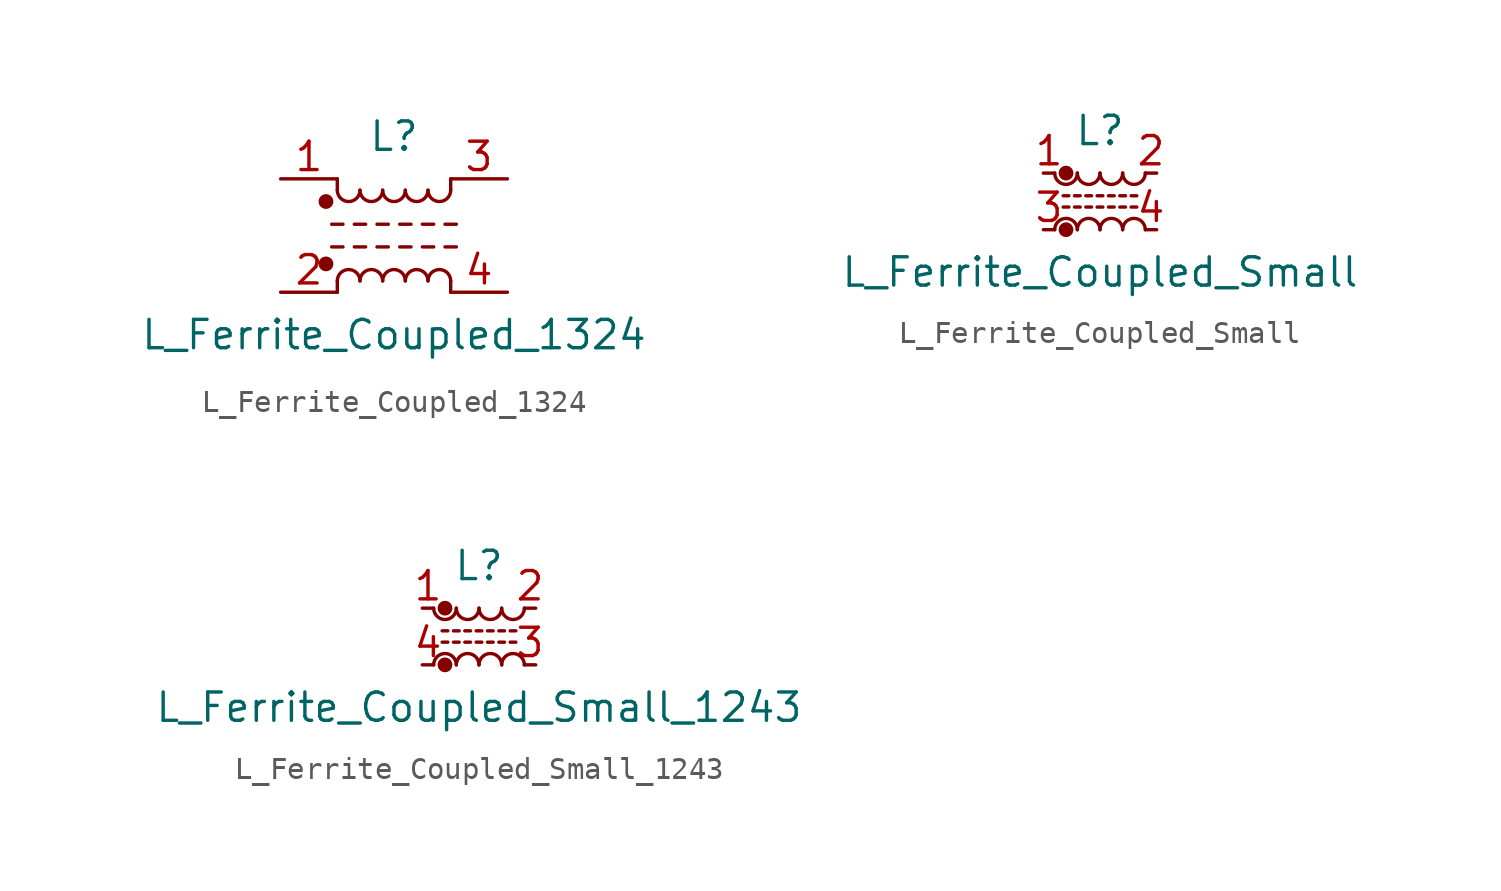
<source format=kicad_sym>
(kicad_symbol_lib
  (version 20211014)
  (generator kicad_symbol_editor)
  (symbol "L_Ferrite_Coupled_1324"
    (pin_names
      (offset 0.254) hide)
    (property "Reference" "L"
      (at 0 4.445 0)
      (effects (font (size 1.27 1.27))))
    (property "Value" "L_Ferrite_Coupled_1324"
      (at 0 -4.445 0)
      (effects (font (size 1.27 1.27))))
    (symbol "L_Ferrite_Coupled_1324_0_1"
      (circle (center -3.048 -1.27) (radius 0.254) (stroke (width 0) (type default) (color 0 0 0 0)) (fill (type outline)))
      (circle (center -3.048 1.524) (radius 0.254) (stroke (width 0) (type default) (color 0 0 0 0)) (fill (type outline)))
      (arc (start -2.54 2.032) (mid -2.032 1.524) (end -1.524 2.032) (stroke (width 0) (type default) (color 0 0 0 0)) (fill (type none)))
      (arc (start -1.524 -2.032) (mid -2.032 -1.524) (end -2.54 -2.032) (stroke (width 0) (type default) (color 0 0 0 0)) (fill (type none)))
      (arc (start -1.524 2.032) (mid -1.016 1.524) (end -0.508 2.032) (stroke (width 0) (type default) (color 0 0 0 0)) (fill (type none)))
      (arc (start -0.508 -2.032) (mid -1.016 -1.524) (end -1.524 -2.032) (stroke (width 0) (type default) (color 0 0 0 0)) (fill (type none)))
      (arc (start -0.508 2.032) (mid 0 1.524) (end 0.508 2.032) (stroke (width 0) (type default) (color 0 0 0 0)) (fill (type none)))
      (polyline (pts (xy -2.794 -0.508) (xy -2.286 -0.508)) (stroke (width 0) (type default) (color 0 0 0 0)) (fill (type none)))
      (polyline (pts (xy -2.794 0.508) (xy -2.286 0.508)) (stroke (width 0) (type default) (color 0 0 0 0)) (fill (type none)))
      (polyline (pts (xy -2.54 -2.032) (xy -2.54 -2.54)) (stroke (width 0) (type default) (color 0 0 0 0)) (fill (type none)))
      (polyline (pts (xy -2.54 2.032) (xy -2.54 2.54)) (stroke (width 0) (type default) (color 0 0 0 0)) (fill (type none)))
      (polyline (pts (xy -1.778 -0.508) (xy -1.27 -0.508)) (stroke (width 0) (type default) (color 0 0 0 0)) (fill (type none)))
      (polyline (pts (xy -1.778 0.508) (xy -1.27 0.508)) (stroke (width 0) (type default) (color 0 0 0 0)) (fill (type none)))
      (polyline (pts (xy -0.762 -0.508) (xy -0.254 -0.508)) (stroke (width 0) (type default) (color 0 0 0 0)) (fill (type none)))
      (polyline (pts (xy -0.762 0.508) (xy -0.254 0.508)) (stroke (width 0) (type default) (color 0 0 0 0)) (fill (type none)))
      (polyline (pts (xy 0.254 -0.508) (xy 0.762 -0.508)) (stroke (width 0) (type default) (color 0 0 0 0)) (fill (type none)))
      (polyline (pts (xy 0.254 0.508) (xy 0.762 0.508)) (stroke (width 0) (type default) (color 0 0 0 0)) (fill (type none)))
      (polyline (pts (xy 1.27 -0.508) (xy 1.778 -0.508)) (stroke (width 0) (type default) (color 0 0 0 0)) (fill (type none)))
      (polyline (pts (xy 1.27 0.508) (xy 1.778 0.508)) (stroke (width 0) (type default) (color 0 0 0 0)) (fill (type none)))
      (polyline (pts (xy 2.286 -0.508) (xy 2.794 -0.508)) (stroke (width 0) (type default) (color 0 0 0 0)) (fill (type none)))
      (polyline (pts (xy 2.286 0.508) (xy 2.794 0.508)) (stroke (width 0) (type default) (color 0 0 0 0)) (fill (type none)))
      (polyline (pts (xy 2.54 -2.032) (xy 2.54 -2.54)) (stroke (width 0) (type default) (color 0 0 0 0)) (fill (type none)))
      (polyline (pts (xy 2.54 2.54) (xy 2.54 2.032)) (stroke (width 0) (type default) (color 0 0 0 0)) (fill (type none)))
      (arc (start 0.508 -2.032) (mid 0 -1.524) (end -0.508 -2.032) (stroke (width 0) (type default) (color 0 0 0 0)) (fill (type none)))
      (arc (start 0.508 2.032) (mid 1.016 1.524) (end 1.524 2.032) (stroke (width 0) (type default) (color 0 0 0 0)) (fill (type none)))
      (arc (start 1.524 -2.032) (mid 1.016 -1.524) (end 0.508 -2.032) (stroke (width 0) (type default) (color 0 0 0 0)) (fill (type none)))
      (arc (start 1.524 2.032) (mid 2.032 1.524) (end 2.54 2.032) (stroke (width 0) (type default) (color 0 0 0 0)) (fill (type none)))
      (arc (start 2.54 -2.032) (mid 2.032 -1.524) (end 1.524 -2.032) (stroke (width 0) (type default) (color 0 0 0 0)) (fill (type none))))
    (symbol "L_Ferrite_Coupled_1324_1_1"
      (pin passive line (at -5.08 2.54 0) (length 2.54) (name "1" (effects (font (size 1.27 1.27)))) (number "1" (effects (font (size 1.27 1.27)))))
      (pin passive line (at -5.08 -2.54 0) (length 2.54) (name "2" (effects (font (size 1.27 1.27)))) (number "2" (effects (font (size 1.27 1.27)))))
      (pin passive line (at 5.08 2.54 180) (length 2.54) (name "3" (effects (font (size 1.27 1.27)))) (number "3" (effects (font (size 1.27 1.27)))))
      (pin passive line (at 5.08 -2.54 180) (length 2.54) (name "4" (effects (font (size 1.27 1.27)))) (number "4" (effects (font (size 1.27 1.27)))))))
  (symbol "L_Ferrite_Coupled_Small"
    (pin_names
      (offset 0.254) hide)
    (property "Reference" "L"
      (at 0 3.175 0)
      (effects (font (size 1.27 1.27))))
    (property "Value" "L_Ferrite_Coupled_Small"
      (at 0 -3.175 0)
      (effects (font (size 1.27 1.27))))
    (symbol "L_Ferrite_Coupled_Small_0_1"
      (arc (start -2.032 1.27) (mid -1.524 0.762) (end -1.016 1.27) (stroke (width 0) (type default) (color 0 0 0 0)) (fill (type none)))
      (circle (center -1.524 -1.27) (radius 0.254) (stroke (width 0) (type default) (color 0 0 0 0)) (fill (type outline)))
      (circle (center -1.524 1.27) (radius 0.254) (stroke (width 0) (type default) (color 0 0 0 0)) (fill (type outline)))
      (arc (start -1.016 -1.27) (mid -1.524 -0.762) (end -2.032 -1.27) (stroke (width 0) (type default) (color 0 0 0 0)) (fill (type none)))
      (arc (start -1.016 1.27) (mid -0.508 0.762) (end 0 1.27) (stroke (width 0) (type default) (color 0 0 0 0)) (fill (type none)))
      (arc (start 0 -1.27) (mid -0.508 -0.762) (end -1.016 -1.27) (stroke (width 0) (type default) (color 0 0 0 0)) (fill (type none)))
      (polyline (pts (xy -1.651 0.254) (xy -1.397 0.254)) (stroke (width 0) (type default) (color 0 0 0 0)) (fill (type none)))
      (polyline (pts (xy -1.397 -0.254) (xy -1.651 -0.254)) (stroke (width 0) (type default) (color 0 0 0 0)) (fill (type none)))
      (polyline (pts (xy -1.143 0.254) (xy -0.889 0.254)) (stroke (width 0) (type default) (color 0 0 0 0)) (fill (type none)))
      (polyline (pts (xy -0.889 -0.254) (xy -1.143 -0.254)) (stroke (width 0) (type default) (color 0 0 0 0)) (fill (type none)))
      (polyline (pts (xy -0.635 0.254) (xy -0.381 0.254)) (stroke (width 0) (type default) (color 0 0 0 0)) (fill (type none)))
      (polyline (pts (xy -0.381 -0.254) (xy -0.635 -0.254)) (stroke (width 0) (type default) (color 0 0 0 0)) (fill (type none)))
      (polyline (pts (xy -0.127 0.254) (xy 0.127 0.254)) (stroke (width 0) (type default) (color 0 0 0 0)) (fill (type none)))
      (polyline (pts (xy 0.127 -0.254) (xy -0.127 -0.254)) (stroke (width 0) (type default) (color 0 0 0 0)) (fill (type none)))
      (polyline (pts (xy 0.381 0.254) (xy 0.635 0.254)) (stroke (width 0) (type default) (color 0 0 0 0)) (fill (type none)))
      (polyline (pts (xy 0.635 -0.254) (xy 0.381 -0.254)) (stroke (width 0) (type default) (color 0 0 0 0)) (fill (type none)))
      (polyline (pts (xy 0.889 0.254) (xy 1.143 0.254)) (stroke (width 0) (type default) (color 0 0 0 0)) (fill (type none)))
      (polyline (pts (xy 1.143 -0.254) (xy 0.889 -0.254)) (stroke (width 0) (type default) (color 0 0 0 0)) (fill (type none)))
      (polyline (pts (xy 1.397 0.254) (xy 1.651 0.254)) (stroke (width 0) (type default) (color 0 0 0 0)) (fill (type none)))
      (polyline (pts (xy 1.651 -0.254) (xy 1.397 -0.254)) (stroke (width 0) (type default) (color 0 0 0 0)) (fill (type none)))
      (arc (start 0 1.27) (mid 0.508 0.762) (end 1.016 1.27) (stroke (width 0) (type default) (color 0 0 0 0)) (fill (type none)))
      (arc (start 1.016 -1.27) (mid 0.508 -0.762) (end 0 -1.27) (stroke (width 0) (type default) (color 0 0 0 0)) (fill (type none)))
      (arc (start 1.016 1.27) (mid 1.524 0.762) (end 2.032 1.27) (stroke (width 0) (type default) (color 0 0 0 0)) (fill (type none)))
      (arc (start 2.032 -1.27) (mid 1.524 -0.762) (end 1.016 -1.27) (stroke (width 0) (type default) (color 0 0 0 0)) (fill (type none))))
    (symbol "L_Ferrite_Coupled_Small_1_1"
      (pin passive line (at -2.54 1.27 0) (length 0.508) (name "1" (effects (font (size 1.27 1.27)))) (number "1" (effects (font (size 1.27 1.27)))))
      (pin passive line (at 2.54 1.27 180) (length 0.508) (name "2" (effects (font (size 1.27 1.27)))) (number "2" (effects (font (size 1.27 1.27)))))
      (pin passive line (at -2.54 -1.27 0) (length 0.508) (name "3" (effects (font (size 1.27 1.27)))) (number "3" (effects (font (size 1.27 1.27)))))
      (pin passive line (at 2.54 -1.27 180) (length 0.508) (name "4" (effects (font (size 1.27 1.27)))) (number "4" (effects (font (size 1.27 1.27)))))))
  (symbol "L_Ferrite_Coupled_Small_1243"
    (pin_names
      (offset 0.254) hide)
    (property "Reference" "L"
      (at 0 3.175 0)
      (effects (font (size 1.27 1.27))))
    (property "Value" "L_Ferrite_Coupled_Small_1243"
      (at 0 -3.175 0)
      (effects (font (size 1.27 1.27))))
    (symbol "L_Ferrite_Coupled_Small_1243_0_1"
      (arc (start -2.032 1.27) (mid -1.524 0.762) (end -1.016 1.27) (stroke (width 0) (type default) (color 0 0 0 0)) (fill (type none)))
      (circle (center -1.524 -1.27) (radius 0.254) (stroke (width 0) (type default) (color 0 0 0 0)) (fill (type outline)))
      (circle (center -1.524 1.27) (radius 0.254) (stroke (width 0) (type default) (color 0 0 0 0)) (fill (type outline)))
      (arc (start -1.016 -1.27) (mid -1.524 -0.762) (end -2.032 -1.27) (stroke (width 0) (type default) (color 0 0 0 0)) (fill (type none)))
      (arc (start -1.016 1.27) (mid -0.508 0.762) (end 0 1.27) (stroke (width 0) (type default) (color 0 0 0 0)) (fill (type none)))
      (arc (start 0 -1.27) (mid -0.508 -0.762) (end -1.016 -1.27) (stroke (width 0) (type default) (color 0 0 0 0)) (fill (type none)))
      (polyline (pts (xy -1.651 0.254) (xy -1.397 0.254)) (stroke (width 0) (type default) (color 0 0 0 0)) (fill (type none)))
      (polyline (pts (xy -1.397 -0.254) (xy -1.651 -0.254)) (stroke (width 0) (type default) (color 0 0 0 0)) (fill (type none)))
      (polyline (pts (xy -1.143 0.254) (xy -0.889 0.254)) (stroke (width 0) (type default) (color 0 0 0 0)) (fill (type none)))
      (polyline (pts (xy -0.889 -0.254) (xy -1.143 -0.254)) (stroke (width 0) (type default) (color 0 0 0 0)) (fill (type none)))
      (polyline (pts (xy -0.635 0.254) (xy -0.381 0.254)) (stroke (width 0) (type default) (color 0 0 0 0)) (fill (type none)))
      (polyline (pts (xy -0.381 -0.254) (xy -0.635 -0.254)) (stroke (width 0) (type default) (color 0 0 0 0)) (fill (type none)))
      (polyline (pts (xy -0.127 0.254) (xy 0.127 0.254)) (stroke (width 0) (type default) (color 0 0 0 0)) (fill (type none)))
      (polyline (pts (xy 0.127 -0.254) (xy -0.127 -0.254)) (stroke (width 0) (type default) (color 0 0 0 0)) (fill (type none)))
      (polyline (pts (xy 0.381 0.254) (xy 0.635 0.254)) (stroke (width 0) (type default) (color 0 0 0 0)) (fill (type none)))
      (polyline (pts (xy 0.635 -0.254) (xy 0.381 -0.254)) (stroke (width 0) (type default) (color 0 0 0 0)) (fill (type none)))
      (polyline (pts (xy 0.889 0.254) (xy 1.143 0.254)) (stroke (width 0) (type default) (color 0 0 0 0)) (fill (type none)))
      (polyline (pts (xy 1.143 -0.254) (xy 0.889 -0.254)) (stroke (width 0) (type default) (color 0 0 0 0)) (fill (type none)))
      (polyline (pts (xy 1.397 0.254) (xy 1.651 0.254)) (stroke (width 0) (type default) (color 0 0 0 0)) (fill (type none)))
      (polyline (pts (xy 1.651 -0.254) (xy 1.397 -0.254)) (stroke (width 0) (type default) (color 0 0 0 0)) (fill (type none)))
      (arc (start 0 1.27) (mid 0.508 0.762) (end 1.016 1.27) (stroke (width 0) (type default) (color 0 0 0 0)) (fill (type none)))
      (arc (start 1.016 -1.27) (mid 0.508 -0.762) (end 0 -1.27) (stroke (width 0) (type default) (color 0 0 0 0)) (fill (type none)))
      (arc (start 1.016 1.27) (mid 1.524 0.762) (end 2.032 1.27) (stroke (width 0) (type default) (color 0 0 0 0)) (fill (type none)))
      (arc (start 2.032 -1.27) (mid 1.524 -0.762) (end 1.016 -1.27) (stroke (width 0) (type default) (color 0 0 0 0)) (fill (type none))))
    (symbol "L_Ferrite_Coupled_Small_1243_1_1"
      (pin passive line (at -2.54 1.27 0) (length 0.508) (name "1" (effects (font (size 1.27 1.27)))) (number "1" (effects (font (size 1.27 1.27)))))
      (pin passive line (at 2.54 1.27 180) (length 0.508) (name "2" (effects (font (size 1.27 1.27)))) (number "2" (effects (font (size 1.27 1.27)))))
      (pin passive line (at 2.54 -1.27 180) (length 0.508) (name "3" (effects (font (size 1.27 1.27)))) (number "3" (effects (font (size 1.27 1.27)))))
      (pin passive line (at -2.54 -1.27 0) (length 0.508) (name "4" (effects (font (size 1.27 1.27)))) (number "4" (effects (font (size 1.27 1.27))))))))
</source>
